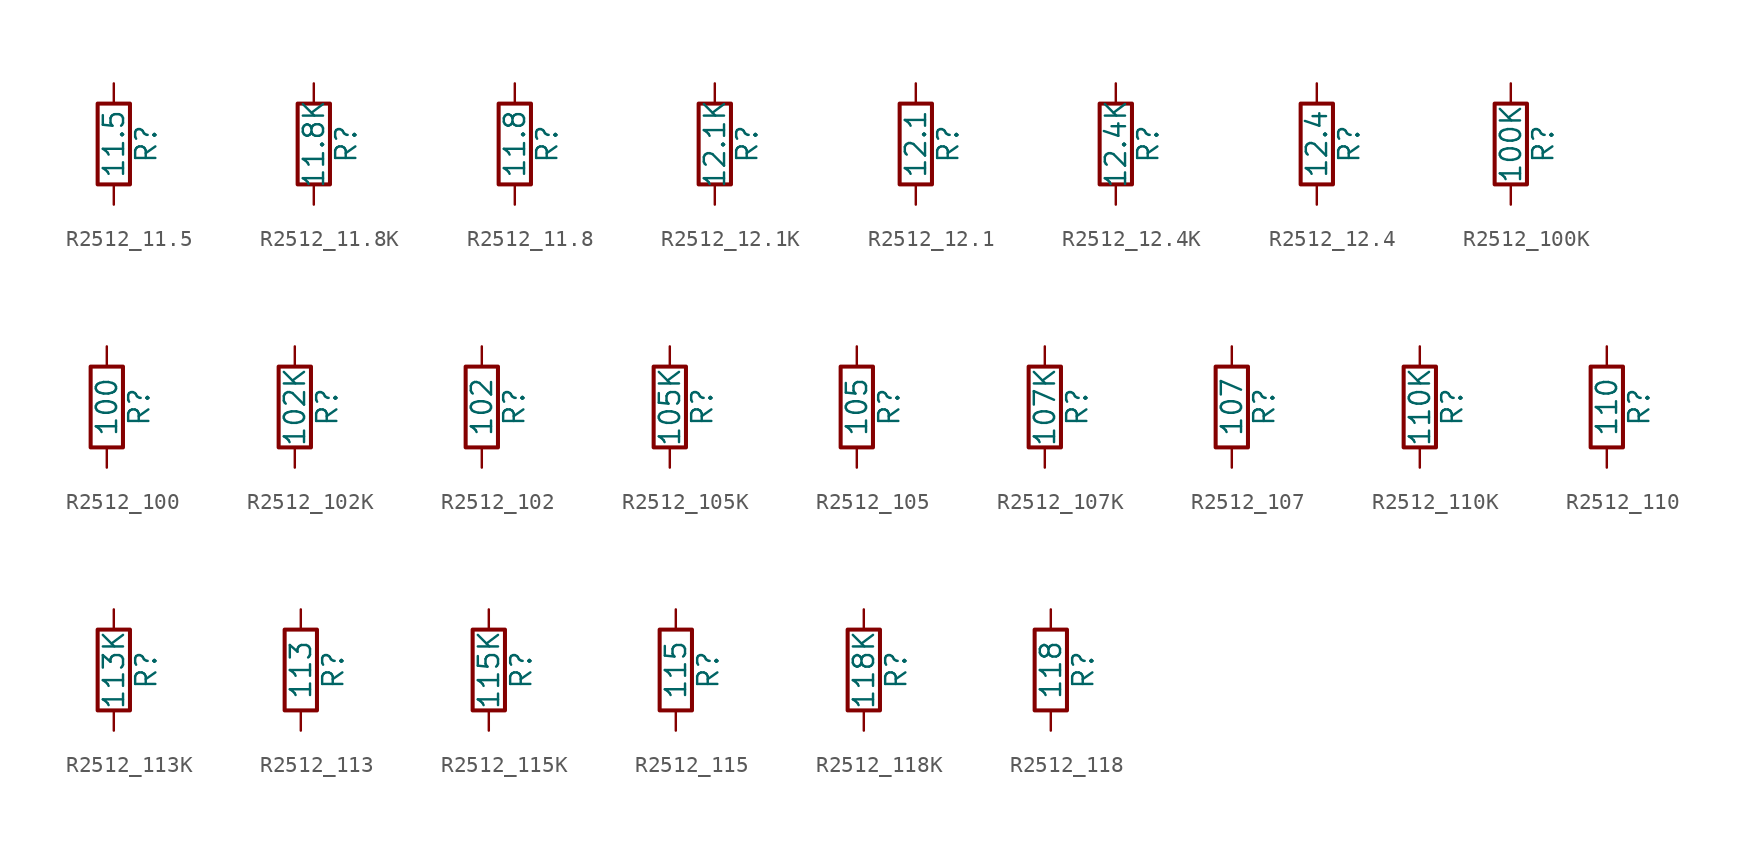
<source format=kicad_sym>
(kicad_symbol_lib
  (version 20211014)
  (generator atlantix-eda)
  (symbol "R2512_11.5"
    (pin_numbers hide)
    (pin_names
      (offset 0))
    (property "Reference" "R"
      (at 2.032 0 90)
      (effects (font (size 1.27 1.27))))
    (property "Value" "11.5"
      (at 0 0 90)
      (effects (font (size 1.27 1.27))))
    (symbol "R2512_11.5_0_1"
      (rectangle (start -1.016 -2.54) (end 1.016 2.54) (stroke (width 0.254) (type default) (color 0 0 0 0)) (fill (type none))))
    (symbol "R2512_11.5_1_1"
      (pin passive line (at 0 3.81 270) (length 1.27) (name "~" (effects (font (size 1.27 1.27)))) (number "1" (effects (font (size 1.27 1.27)))))
      (pin passive line (at 0 -3.81 90) (length 1.27) (name "~" (effects (font (size 1.27 1.27)))) (number "2" (effects (font (size 1.27 1.27)))))))
  (symbol "R2512_11.8K"
    (pin_numbers hide)
    (pin_names
      (offset 0))
    (property "Reference" "R"
      (at 2.032 0 90)
      (effects (font (size 1.27 1.27))))
    (property "Value" "11.8K"
      (at 0 0 90)
      (effects (font (size 1.27 1.27))))
    (symbol "R2512_11.8K_0_1"
      (rectangle (start -1.016 -2.54) (end 1.016 2.54) (stroke (width 0.254) (type default) (color 0 0 0 0)) (fill (type none))))
    (symbol "R2512_11.8K_1_1"
      (pin passive line (at 0 3.81 270) (length 1.27) (name "~" (effects (font (size 1.27 1.27)))) (number "1" (effects (font (size 1.27 1.27)))))
      (pin passive line (at 0 -3.81 90) (length 1.27) (name "~" (effects (font (size 1.27 1.27)))) (number "2" (effects (font (size 1.27 1.27)))))))
  (symbol "R2512_11.8"
    (pin_numbers hide)
    (pin_names
      (offset 0))
    (property "Reference" "R"
      (at 2.032 0 90)
      (effects (font (size 1.27 1.27))))
    (property "Value" "11.8"
      (at 0 0 90)
      (effects (font (size 1.27 1.27))))
    (symbol "R2512_11.8_0_1"
      (rectangle (start -1.016 -2.54) (end 1.016 2.54) (stroke (width 0.254) (type default) (color 0 0 0 0)) (fill (type none))))
    (symbol "R2512_11.8_1_1"
      (pin passive line (at 0 3.81 270) (length 1.27) (name "~" (effects (font (size 1.27 1.27)))) (number "1" (effects (font (size 1.27 1.27)))))
      (pin passive line (at 0 -3.81 90) (length 1.27) (name "~" (effects (font (size 1.27 1.27)))) (number "2" (effects (font (size 1.27 1.27)))))))
  (symbol "R2512_12.1K"
    (pin_numbers hide)
    (pin_names
      (offset 0))
    (property "Reference" "R"
      (at 2.032 0 90)
      (effects (font (size 1.27 1.27))))
    (property "Value" "12.1K"
      (at 0 0 90)
      (effects (font (size 1.27 1.27))))
    (symbol "R2512_12.1K_0_1"
      (rectangle (start -1.016 -2.54) (end 1.016 2.54) (stroke (width 0.254) (type default) (color 0 0 0 0)) (fill (type none))))
    (symbol "R2512_12.1K_1_1"
      (pin passive line (at 0 3.81 270) (length 1.27) (name "~" (effects (font (size 1.27 1.27)))) (number "1" (effects (font (size 1.27 1.27)))))
      (pin passive line (at 0 -3.81 90) (length 1.27) (name "~" (effects (font (size 1.27 1.27)))) (number "2" (effects (font (size 1.27 1.27)))))))
  (symbol "R2512_12.1"
    (pin_numbers hide)
    (pin_names
      (offset 0))
    (property "Reference" "R"
      (at 2.032 0 90)
      (effects (font (size 1.27 1.27))))
    (property "Value" "12.1"
      (at 0 0 90)
      (effects (font (size 1.27 1.27))))
    (symbol "R2512_12.1_0_1"
      (rectangle (start -1.016 -2.54) (end 1.016 2.54) (stroke (width 0.254) (type default) (color 0 0 0 0)) (fill (type none))))
    (symbol "R2512_12.1_1_1"
      (pin passive line (at 0 3.81 270) (length 1.27) (name "~" (effects (font (size 1.27 1.27)))) (number "1" (effects (font (size 1.27 1.27)))))
      (pin passive line (at 0 -3.81 90) (length 1.27) (name "~" (effects (font (size 1.27 1.27)))) (number "2" (effects (font (size 1.27 1.27)))))))
  (symbol "R2512_12.4K"
    (pin_numbers hide)
    (pin_names
      (offset 0))
    (property "Reference" "R"
      (at 2.032 0 90)
      (effects (font (size 1.27 1.27))))
    (property "Value" "12.4K"
      (at 0 0 90)
      (effects (font (size 1.27 1.27))))
    (symbol "R2512_12.4K_0_1"
      (rectangle (start -1.016 -2.54) (end 1.016 2.54) (stroke (width 0.254) (type default) (color 0 0 0 0)) (fill (type none))))
    (symbol "R2512_12.4K_1_1"
      (pin passive line (at 0 3.81 270) (length 1.27) (name "~" (effects (font (size 1.27 1.27)))) (number "1" (effects (font (size 1.27 1.27)))))
      (pin passive line (at 0 -3.81 90) (length 1.27) (name "~" (effects (font (size 1.27 1.27)))) (number "2" (effects (font (size 1.27 1.27)))))))
  (symbol "R2512_12.4"
    (pin_numbers hide)
    (pin_names
      (offset 0))
    (property "Reference" "R"
      (at 2.032 0 90)
      (effects (font (size 1.27 1.27))))
    (property "Value" "12.4"
      (at 0 0 90)
      (effects (font (size 1.27 1.27))))
    (symbol "R2512_12.4_0_1"
      (rectangle (start -1.016 -2.54) (end 1.016 2.54) (stroke (width 0.254) (type default) (color 0 0 0 0)) (fill (type none))))
    (symbol "R2512_12.4_1_1"
      (pin passive line (at 0 3.81 270) (length 1.27) (name "~" (effects (font (size 1.27 1.27)))) (number "1" (effects (font (size 1.27 1.27)))))
      (pin passive line (at 0 -3.81 90) (length 1.27) (name "~" (effects (font (size 1.27 1.27)))) (number "2" (effects (font (size 1.27 1.27)))))))
  (symbol "R2512_100K"
    (pin_numbers hide)
    (pin_names
      (offset 0))
    (property "Reference" "R"
      (at 2.032 0 90)
      (effects (font (size 1.27 1.27))))
    (property "Value" "100K"
      (at 0 0 90)
      (effects (font (size 1.27 1.27))))
    (symbol "R2512_100K_0_1"
      (rectangle (start -1.016 -2.54) (end 1.016 2.54) (stroke (width 0.254) (type default) (color 0 0 0 0)) (fill (type none))))
    (symbol "R2512_100K_1_1"
      (pin passive line (at 0 3.81 270) (length 1.27) (name "~" (effects (font (size 1.27 1.27)))) (number "1" (effects (font (size 1.27 1.27)))))
      (pin passive line (at 0 -3.81 90) (length 1.27) (name "~" (effects (font (size 1.27 1.27)))) (number "2" (effects (font (size 1.27 1.27)))))))
  (symbol "R2512_100"
    (pin_numbers hide)
    (pin_names
      (offset 0))
    (property "Reference" "R"
      (at 2.032 0 90)
      (effects (font (size 1.27 1.27))))
    (property "Value" "100"
      (at 0 0 90)
      (effects (font (size 1.27 1.27))))
    (symbol "R2512_100_0_1"
      (rectangle (start -1.016 -2.54) (end 1.016 2.54) (stroke (width 0.254) (type default) (color 0 0 0 0)) (fill (type none))))
    (symbol "R2512_100_1_1"
      (pin passive line (at 0 3.81 270) (length 1.27) (name "~" (effects (font (size 1.27 1.27)))) (number "1" (effects (font (size 1.27 1.27)))))
      (pin passive line (at 0 -3.81 90) (length 1.27) (name "~" (effects (font (size 1.27 1.27)))) (number "2" (effects (font (size 1.27 1.27)))))))
  (symbol "R2512_102K"
    (pin_numbers hide)
    (pin_names
      (offset 0))
    (property "Reference" "R"
      (at 2.032 0 90)
      (effects (font (size 1.27 1.27))))
    (property "Value" "102K"
      (at 0 0 90)
      (effects (font (size 1.27 1.27))))
    (symbol "R2512_102K_0_1"
      (rectangle (start -1.016 -2.54) (end 1.016 2.54) (stroke (width 0.254) (type default) (color 0 0 0 0)) (fill (type none))))
    (symbol "R2512_102K_1_1"
      (pin passive line (at 0 3.81 270) (length 1.27) (name "~" (effects (font (size 1.27 1.27)))) (number "1" (effects (font (size 1.27 1.27)))))
      (pin passive line (at 0 -3.81 90) (length 1.27) (name "~" (effects (font (size 1.27 1.27)))) (number "2" (effects (font (size 1.27 1.27)))))))
  (symbol "R2512_102"
    (pin_numbers hide)
    (pin_names
      (offset 0))
    (property "Reference" "R"
      (at 2.032 0 90)
      (effects (font (size 1.27 1.27))))
    (property "Value" "102"
      (at 0 0 90)
      (effects (font (size 1.27 1.27))))
    (symbol "R2512_102_0_1"
      (rectangle (start -1.016 -2.54) (end 1.016 2.54) (stroke (width 0.254) (type default) (color 0 0 0 0)) (fill (type none))))
    (symbol "R2512_102_1_1"
      (pin passive line (at 0 3.81 270) (length 1.27) (name "~" (effects (font (size 1.27 1.27)))) (number "1" (effects (font (size 1.27 1.27)))))
      (pin passive line (at 0 -3.81 90) (length 1.27) (name "~" (effects (font (size 1.27 1.27)))) (number "2" (effects (font (size 1.27 1.27)))))))
  (symbol "R2512_105K"
    (pin_numbers hide)
    (pin_names
      (offset 0))
    (property "Reference" "R"
      (at 2.032 0 90)
      (effects (font (size 1.27 1.27))))
    (property "Value" "105K"
      (at 0 0 90)
      (effects (font (size 1.27 1.27))))
    (symbol "R2512_105K_0_1"
      (rectangle (start -1.016 -2.54) (end 1.016 2.54) (stroke (width 0.254) (type default) (color 0 0 0 0)) (fill (type none))))
    (symbol "R2512_105K_1_1"
      (pin passive line (at 0 3.81 270) (length 1.27) (name "~" (effects (font (size 1.27 1.27)))) (number "1" (effects (font (size 1.27 1.27)))))
      (pin passive line (at 0 -3.81 90) (length 1.27) (name "~" (effects (font (size 1.27 1.27)))) (number "2" (effects (font (size 1.27 1.27)))))))
  (symbol "R2512_105"
    (pin_numbers hide)
    (pin_names
      (offset 0))
    (property "Reference" "R"
      (at 2.032 0 90)
      (effects (font (size 1.27 1.27))))
    (property "Value" "105"
      (at 0 0 90)
      (effects (font (size 1.27 1.27))))
    (symbol "R2512_105_0_1"
      (rectangle (start -1.016 -2.54) (end 1.016 2.54) (stroke (width 0.254) (type default) (color 0 0 0 0)) (fill (type none))))
    (symbol "R2512_105_1_1"
      (pin passive line (at 0 3.81 270) (length 1.27) (name "~" (effects (font (size 1.27 1.27)))) (number "1" (effects (font (size 1.27 1.27)))))
      (pin passive line (at 0 -3.81 90) (length 1.27) (name "~" (effects (font (size 1.27 1.27)))) (number "2" (effects (font (size 1.27 1.27)))))))
  (symbol "R2512_107K"
    (pin_numbers hide)
    (pin_names
      (offset 0))
    (property "Reference" "R"
      (at 2.032 0 90)
      (effects (font (size 1.27 1.27))))
    (property "Value" "107K"
      (at 0 0 90)
      (effects (font (size 1.27 1.27))))
    (symbol "R2512_107K_0_1"
      (rectangle (start -1.016 -2.54) (end 1.016 2.54) (stroke (width 0.254) (type default) (color 0 0 0 0)) (fill (type none))))
    (symbol "R2512_107K_1_1"
      (pin passive line (at 0 3.81 270) (length 1.27) (name "~" (effects (font (size 1.27 1.27)))) (number "1" (effects (font (size 1.27 1.27)))))
      (pin passive line (at 0 -3.81 90) (length 1.27) (name "~" (effects (font (size 1.27 1.27)))) (number "2" (effects (font (size 1.27 1.27)))))))
  (symbol "R2512_107"
    (pin_numbers hide)
    (pin_names
      (offset 0))
    (property "Reference" "R"
      (at 2.032 0 90)
      (effects (font (size 1.27 1.27))))
    (property "Value" "107"
      (at 0 0 90)
      (effects (font (size 1.27 1.27))))
    (symbol "R2512_107_0_1"
      (rectangle (start -1.016 -2.54) (end 1.016 2.54) (stroke (width 0.254) (type default) (color 0 0 0 0)) (fill (type none))))
    (symbol "R2512_107_1_1"
      (pin passive line (at 0 3.81 270) (length 1.27) (name "~" (effects (font (size 1.27 1.27)))) (number "1" (effects (font (size 1.27 1.27)))))
      (pin passive line (at 0 -3.81 90) (length 1.27) (name "~" (effects (font (size 1.27 1.27)))) (number "2" (effects (font (size 1.27 1.27)))))))
  (symbol "R2512_110K"
    (pin_numbers hide)
    (pin_names
      (offset 0))
    (property "Reference" "R"
      (at 2.032 0 90)
      (effects (font (size 1.27 1.27))))
    (property "Value" "110K"
      (at 0 0 90)
      (effects (font (size 1.27 1.27))))
    (symbol "R2512_110K_0_1"
      (rectangle (start -1.016 -2.54) (end 1.016 2.54) (stroke (width 0.254) (type default) (color 0 0 0 0)) (fill (type none))))
    (symbol "R2512_110K_1_1"
      (pin passive line (at 0 3.81 270) (length 1.27) (name "~" (effects (font (size 1.27 1.27)))) (number "1" (effects (font (size 1.27 1.27)))))
      (pin passive line (at 0 -3.81 90) (length 1.27) (name "~" (effects (font (size 1.27 1.27)))) (number "2" (effects (font (size 1.27 1.27)))))))
  (symbol "R2512_110"
    (pin_numbers hide)
    (pin_names
      (offset 0))
    (property "Reference" "R"
      (at 2.032 0 90)
      (effects (font (size 1.27 1.27))))
    (property "Value" "110"
      (at 0 0 90)
      (effects (font (size 1.27 1.27))))
    (symbol "R2512_110_0_1"
      (rectangle (start -1.016 -2.54) (end 1.016 2.54) (stroke (width 0.254) (type default) (color 0 0 0 0)) (fill (type none))))
    (symbol "R2512_110_1_1"
      (pin passive line (at 0 3.81 270) (length 1.27) (name "~" (effects (font (size 1.27 1.27)))) (number "1" (effects (font (size 1.27 1.27)))))
      (pin passive line (at 0 -3.81 90) (length 1.27) (name "~" (effects (font (size 1.27 1.27)))) (number "2" (effects (font (size 1.27 1.27)))))))
  (symbol "R2512_113K"
    (pin_numbers hide)
    (pin_names
      (offset 0))
    (property "Reference" "R"
      (at 2.032 0 90)
      (effects (font (size 1.27 1.27))))
    (property "Value" "113K"
      (at 0 0 90)
      (effects (font (size 1.27 1.27))))
    (symbol "R2512_113K_0_1"
      (rectangle (start -1.016 -2.54) (end 1.016 2.54) (stroke (width 0.254) (type default) (color 0 0 0 0)) (fill (type none))))
    (symbol "R2512_113K_1_1"
      (pin passive line (at 0 3.81 270) (length 1.27) (name "~" (effects (font (size 1.27 1.27)))) (number "1" (effects (font (size 1.27 1.27)))))
      (pin passive line (at 0 -3.81 90) (length 1.27) (name "~" (effects (font (size 1.27 1.27)))) (number "2" (effects (font (size 1.27 1.27)))))))
  (symbol "R2512_113"
    (pin_numbers hide)
    (pin_names
      (offset 0))
    (property "Reference" "R"
      (at 2.032 0 90)
      (effects (font (size 1.27 1.27))))
    (property "Value" "113"
      (at 0 0 90)
      (effects (font (size 1.27 1.27))))
    (symbol "R2512_113_0_1"
      (rectangle (start -1.016 -2.54) (end 1.016 2.54) (stroke (width 0.254) (type default) (color 0 0 0 0)) (fill (type none))))
    (symbol "R2512_113_1_1"
      (pin passive line (at 0 3.81 270) (length 1.27) (name "~" (effects (font (size 1.27 1.27)))) (number "1" (effects (font (size 1.27 1.27)))))
      (pin passive line (at 0 -3.81 90) (length 1.27) (name "~" (effects (font (size 1.27 1.27)))) (number "2" (effects (font (size 1.27 1.27)))))))
  (symbol "R2512_115K"
    (pin_numbers hide)
    (pin_names
      (offset 0))
    (property "Reference" "R"
      (at 2.032 0 90)
      (effects (font (size 1.27 1.27))))
    (property "Value" "115K"
      (at 0 0 90)
      (effects (font (size 1.27 1.27))))
    (symbol "R2512_115K_0_1"
      (rectangle (start -1.016 -2.54) (end 1.016 2.54) (stroke (width 0.254) (type default) (color 0 0 0 0)) (fill (type none))))
    (symbol "R2512_115K_1_1"
      (pin passive line (at 0 3.81 270) (length 1.27) (name "~" (effects (font (size 1.27 1.27)))) (number "1" (effects (font (size 1.27 1.27)))))
      (pin passive line (at 0 -3.81 90) (length 1.27) (name "~" (effects (font (size 1.27 1.27)))) (number "2" (effects (font (size 1.27 1.27)))))))
  (symbol "R2512_115"
    (pin_numbers hide)
    (pin_names
      (offset 0))
    (property "Reference" "R"
      (at 2.032 0 90)
      (effects (font (size 1.27 1.27))))
    (property "Value" "115"
      (at 0 0 90)
      (effects (font (size 1.27 1.27))))
    (symbol "R2512_115_0_1"
      (rectangle (start -1.016 -2.54) (end 1.016 2.54) (stroke (width 0.254) (type default) (color 0 0 0 0)) (fill (type none))))
    (symbol "R2512_115_1_1"
      (pin passive line (at 0 3.81 270) (length 1.27) (name "~" (effects (font (size 1.27 1.27)))) (number "1" (effects (font (size 1.27 1.27)))))
      (pin passive line (at 0 -3.81 90) (length 1.27) (name "~" (effects (font (size 1.27 1.27)))) (number "2" (effects (font (size 1.27 1.27)))))))
  (symbol "R2512_118K"
    (pin_numbers hide)
    (pin_names
      (offset 0))
    (property "Reference" "R"
      (at 2.032 0 90)
      (effects (font (size 1.27 1.27))))
    (property "Value" "118K"
      (at 0 0 90)
      (effects (font (size 1.27 1.27))))
    (symbol "R2512_118K_0_1"
      (rectangle (start -1.016 -2.54) (end 1.016 2.54) (stroke (width 0.254) (type default) (color 0 0 0 0)) (fill (type none))))
    (symbol "R2512_118K_1_1"
      (pin passive line (at 0 3.81 270) (length 1.27) (name "~" (effects (font (size 1.27 1.27)))) (number "1" (effects (font (size 1.27 1.27)))))
      (pin passive line (at 0 -3.81 90) (length 1.27) (name "~" (effects (font (size 1.27 1.27)))) (number "2" (effects (font (size 1.27 1.27)))))))
  (symbol "R2512_118"
    (pin_numbers hide)
    (pin_names
      (offset 0))
    (property "Reference" "R"
      (at 2.032 0 90)
      (effects (font (size 1.27 1.27))))
    (property "Value" "118"
      (at 0 0 90)
      (effects (font (size 1.27 1.27))))
    (symbol "R2512_118_0_1"
      (rectangle (start -1.016 -2.54) (end 1.016 2.54) (stroke (width 0.254) (type default) (color 0 0 0 0)) (fill (type none))))
    (symbol "R2512_118_1_1"
      (pin passive line (at 0 3.81 270) (length 1.27) (name "~" (effects (font (size 1.27 1.27)))) (number "1" (effects (font (size 1.27 1.27)))))
      (pin passive line (at 0 -3.81 90) (length 1.27) (name "~" (effects (font (size 1.27 1.27)))) (number "2" (effects (font (size 1.27 1.27))))))))
</source>
